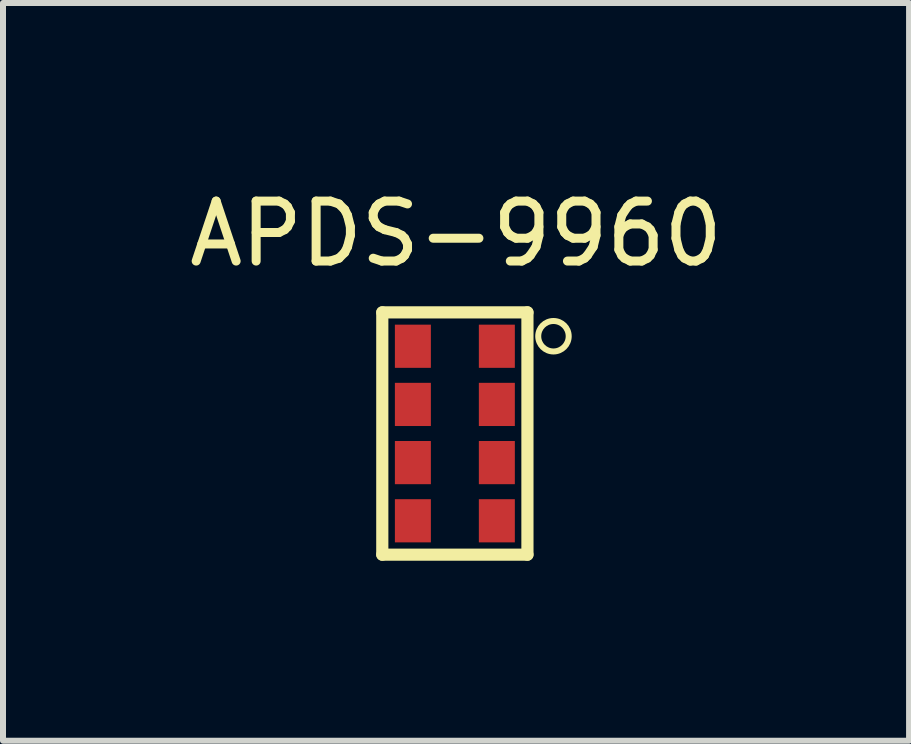
<source format=kicad_pcb>
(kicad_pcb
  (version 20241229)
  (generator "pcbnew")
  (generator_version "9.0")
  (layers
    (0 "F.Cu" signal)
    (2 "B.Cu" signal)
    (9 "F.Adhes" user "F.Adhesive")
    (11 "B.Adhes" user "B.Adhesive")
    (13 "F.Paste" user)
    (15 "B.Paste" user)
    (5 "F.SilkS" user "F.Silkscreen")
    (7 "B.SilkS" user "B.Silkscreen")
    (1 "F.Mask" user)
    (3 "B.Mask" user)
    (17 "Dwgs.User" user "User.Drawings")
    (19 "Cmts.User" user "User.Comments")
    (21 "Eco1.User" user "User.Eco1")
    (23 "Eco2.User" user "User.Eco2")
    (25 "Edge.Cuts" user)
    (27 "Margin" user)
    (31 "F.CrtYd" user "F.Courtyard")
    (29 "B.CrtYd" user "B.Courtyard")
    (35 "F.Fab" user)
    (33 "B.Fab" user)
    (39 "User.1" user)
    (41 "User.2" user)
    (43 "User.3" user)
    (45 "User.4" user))
  (footprint "APDS-9960"
    (layer "F.Cu")
    (at 4.534 2.048)
    (property "Reference" "APDS-9960" (at 0.02 -1.2 0) (layer "F.SilkS") (effects (font (size 1 1) (thickness 0.15))))
    (attr through_hole)
    (fp_line (start -1.21 0.11) (end -1.21 4.15) (stroke (width 0.203) (type solid)) (layer "F.SilkS"))
    (fp_line (start -1.21 0.11) (end 1.21 0.11) (stroke (width 0.203) (type solid)) (layer "F.SilkS"))
    (fp_line (start -1.21 4.15) (end 1.21 4.15) (stroke (width 0.203) (type solid)) (layer "F.SilkS"))
    (fp_line (start 1.21 0.11) (end 1.21 4.15) (stroke (width 0.203) (type solid)) (layer "F.SilkS"))
    (fp_circle (center 1.644 0.508) (end 1.898 0.508) (stroke (width 0.1) (type solid)) (fill no) (layer "F.SilkS"))
    (fp_line (start -1.18 0.16) (end -1.18 2.95) (stroke (width 0.127) (type solid)) (layer "Eco2.User"))
    (fp_line (start -1.18 0.16) (end 1.18 0.16) (stroke (width 0.127) (type solid)) (layer "Eco2.User"))
    (fp_line (start -1.18 2.95) (end -1.18 4.1) (stroke (width 0.127) (type solid)) (layer "Eco2.User"))
    (fp_line (start -1.18 2.95) (end 1.18 2.95) (stroke (width 0.127) (type solid)) (layer "Eco2.User"))
    (fp_line (start -1.18 4.1) (end 1.18 4.1) (stroke (width 0.127) (type solid)) (layer "Eco2.User"))
    (fp_line (start 1.18 0.16) (end 1.18 2.95) (stroke (width 0.127) (type solid)) (layer "Eco2.User"))
    (fp_line (start 1.18 2.95) (end 1.18 4.1) (stroke (width 0.127) (type solid)) (layer "Eco2.User"))
    (fp_circle (center 0 0.86) (end 0.55 0.86) (stroke (width 0.127) (type solid)) (fill no) (layer "Eco2.User"))
    (fp_circle (center 0 3.56) (end 0.45 3.56) (stroke (width 0.127) (type solid)) (fill no) (layer "Eco2.User"))
    (pad "1" smd rect (at 0.7 0.675) (size 0.6 0.72) (layers "F.Cu" "F.Mask" "F.Paste"))
    (pad "2" smd rect (at 0.7 1.645) (size 0.6 0.72) (layers "F.Cu" "F.Mask" "F.Paste"))
    (pad "3" smd rect (at 0.7 2.615) (size 0.6 0.72) (layers "F.Cu" "F.Mask" "F.Paste"))
    (pad "4" smd rect (at 0.7 3.585) (size 0.6 0.72) (layers "F.Cu" "F.Mask" "F.Paste"))
    (pad "5" smd rect (at -0.7 3.585) (size 0.6 0.72) (layers "F.Cu" "F.Mask" "F.Paste"))
    (pad "6" smd rect (at -0.7 2.615) (size 0.6 0.72) (layers "F.Cu" "F.Mask" "F.Paste"))
    (pad "7" smd rect (at -0.7 1.645) (size 0.6 0.72) (layers "F.Cu" "F.Mask" "F.Paste"))
    (pad "8" smd rect (at -0.7 0.675) (size 0.6 0.72) (layers "F.Cu" "F.Mask" "F.Paste")))
  (gr_rect
    (start -3 -3)
    (end 12.107 9.3)
    (stroke (width 0.1) (type default))
    (fill no)
    (layer "Edge.Cuts")))
</source>
